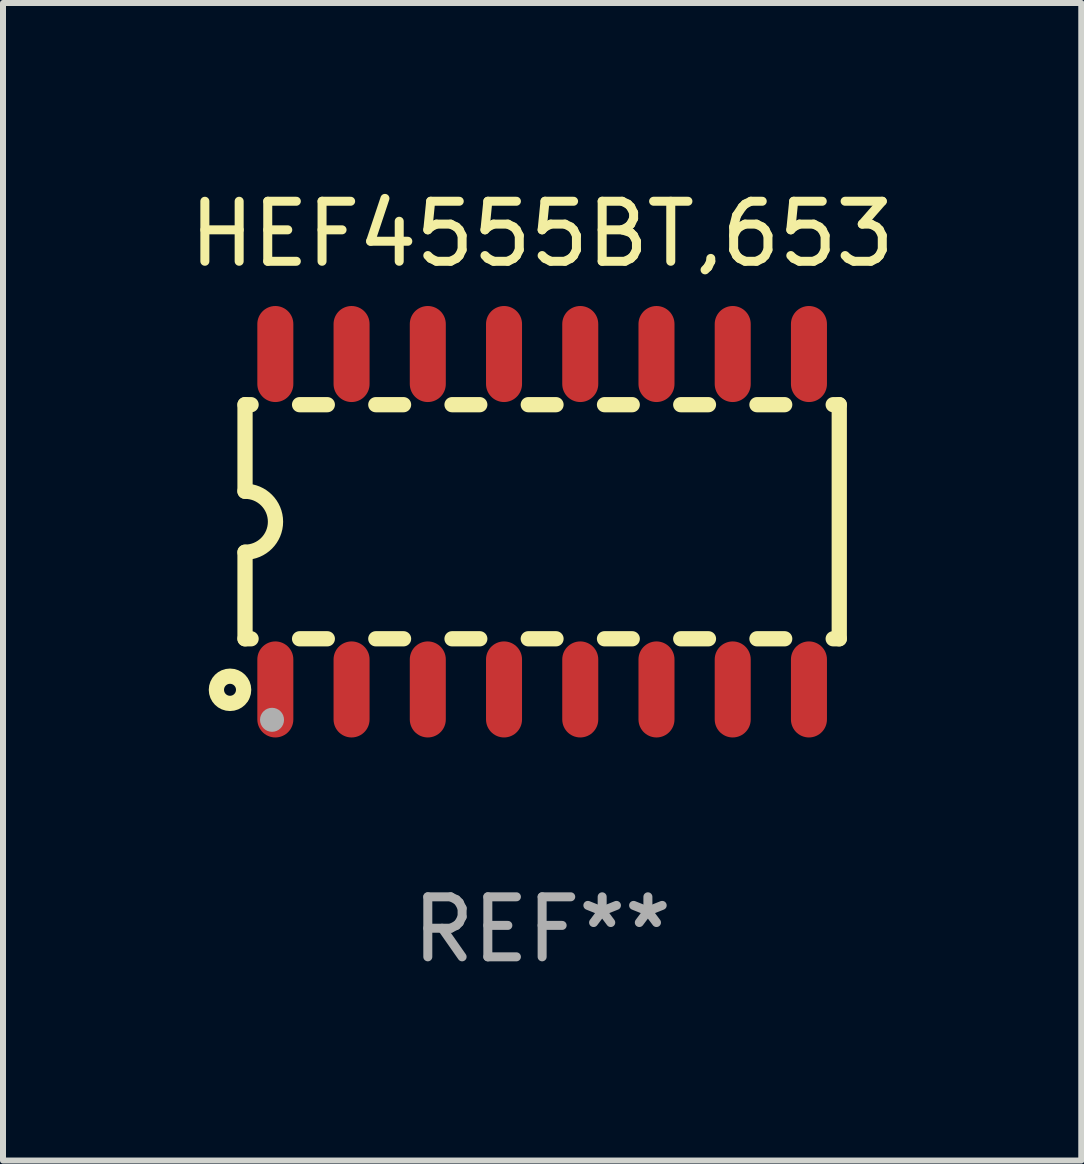
<source format=kicad_pcb>
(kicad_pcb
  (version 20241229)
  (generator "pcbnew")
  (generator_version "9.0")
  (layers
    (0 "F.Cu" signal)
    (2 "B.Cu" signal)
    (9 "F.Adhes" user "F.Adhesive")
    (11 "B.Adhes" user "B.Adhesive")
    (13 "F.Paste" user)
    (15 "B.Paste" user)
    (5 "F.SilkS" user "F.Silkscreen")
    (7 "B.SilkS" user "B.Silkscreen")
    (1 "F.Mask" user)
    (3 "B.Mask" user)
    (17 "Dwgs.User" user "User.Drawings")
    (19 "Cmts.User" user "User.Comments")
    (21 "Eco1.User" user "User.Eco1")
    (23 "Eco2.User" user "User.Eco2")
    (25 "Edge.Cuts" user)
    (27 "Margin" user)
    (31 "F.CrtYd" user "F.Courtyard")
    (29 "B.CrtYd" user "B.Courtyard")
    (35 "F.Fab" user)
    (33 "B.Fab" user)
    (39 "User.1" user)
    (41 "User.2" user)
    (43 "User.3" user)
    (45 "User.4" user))
  (footprint "HEF4555BT,653"
    (layer "F.Cu")
    (at 5.982 5.642)
    (property "Reference" "HEF4555BT,653" (at 0 -4.794 0) (layer "F.SilkS") (effects (font (size 1 1) (thickness 0.15))))
    (attr through_hole)
    (fp_line (start -4.95 -1.95) (end -4.95 -0.508) (stroke (width 0.254) (type solid)) (layer "F.SilkS"))
    (fp_line (start -4.95 -1.95) (end -4.849 -1.95) (stroke (width 0.254) (type solid)) (layer "F.SilkS"))
    (fp_line (start -4.95 1.95) (end -4.95 0.508) (stroke (width 0.254) (type solid)) (layer "F.SilkS"))
    (fp_line (start -4.95 1.95) (end -4.849 1.95) (stroke (width 0.254) (type solid)) (layer "F.SilkS"))
    (fp_line (start -4.041 -1.95) (end -3.579 -1.95) (stroke (width 0.254) (type solid)) (layer "F.SilkS"))
    (fp_line (start -4.041 1.95) (end -3.579 1.95) (stroke (width 0.254) (type solid)) (layer "F.SilkS"))
    (fp_line (start -2.771 -1.95) (end -2.309 -1.95) (stroke (width 0.254) (type solid)) (layer "F.SilkS"))
    (fp_line (start -2.771 1.95) (end -2.309 1.95) (stroke (width 0.254) (type solid)) (layer "F.SilkS"))
    (fp_line (start -1.501 -1.95) (end -1.039 -1.95) (stroke (width 0.254) (type solid)) (layer "F.SilkS"))
    (fp_line (start -1.501 1.95) (end -1.039 1.95) (stroke (width 0.254) (type solid)) (layer "F.SilkS"))
    (fp_line (start -0.231 -1.95) (end 0.231 -1.95) (stroke (width 0.254) (type solid)) (layer "F.SilkS"))
    (fp_line (start -0.231 1.95) (end 0.231 1.95) (stroke (width 0.254) (type solid)) (layer "F.SilkS"))
    (fp_line (start 1.039 -1.95) (end 1.501 -1.95) (stroke (width 0.254) (type solid)) (layer "F.SilkS"))
    (fp_line (start 1.039 1.95) (end 1.501 1.95) (stroke (width 0.254) (type solid)) (layer "F.SilkS"))
    (fp_line (start 2.309 -1.95) (end 2.771 -1.95) (stroke (width 0.254) (type solid)) (layer "F.SilkS"))
    (fp_line (start 2.309 1.95) (end 2.771 1.95) (stroke (width 0.254) (type solid)) (layer "F.SilkS"))
    (fp_line (start 3.579 -1.95) (end 4.041 -1.95) (stroke (width 0.254) (type solid)) (layer "F.SilkS"))
    (fp_line (start 3.579 1.95) (end 4.041 1.95) (stroke (width 0.254) (type solid)) (layer "F.SilkS"))
    (fp_line (start 4.849 -1.95) (end 4.95 -1.95) (stroke (width 0.254) (type solid)) (layer "F.SilkS"))
    (fp_line (start 4.849 1.95) (end 4.95 1.95) (stroke (width 0.254) (type solid)) (layer "F.SilkS"))
    (fp_line (start 4.95 -1.95) (end 4.95 1.95) (stroke (width 0.254) (type solid)) (layer "F.SilkS"))
    (fp_arc (start -4.95047 -0.508001) (mid -4.442469 -0.000228) (end -4.950013 0.508001) (stroke (width 0.254001) (type solid)) (layer "F.SilkS"))
    (fp_circle (center -5.2 2.8) (end -5.1 2.8) (stroke (width 0.254) (type solid)) (fill no) (layer "F.SilkS"))
    (fp_circle (center -4.95 2.947) (end -4.92 2.947) (stroke (width 0.06) (type solid)) (fill no) (layer "F.SilkS"))
    (fp_circle (center -4.5 3.3) (end -4.4 3.3) (stroke (width 0.2) (type solid)) (fill no) (layer "F.Fab"))
    (fp_text user "REF**" (at 0 6.794 0) (layer "F.Fab") (effects (font (size 1 1) (thickness 0.15))))
    (pad "1" smd oval (at -4.445 2.794) (size 0.6 1.6) (layers "F.Cu" "F.Mask" "F.Paste"))
    (pad "2" smd oval (at -3.175 2.794) (size 0.6 1.6) (layers "F.Cu" "F.Mask" "F.Paste"))
    (pad "3" smd oval (at -1.905 2.794) (size 0.6 1.6) (layers "F.Cu" "F.Mask" "F.Paste"))
    (pad "4" smd oval (at -0.635 2.794) (size 0.6 1.6) (layers "F.Cu" "F.Mask" "F.Paste"))
    (pad "5" smd oval (at 0.635 2.794) (size 0.6 1.6) (layers "F.Cu" "F.Mask" "F.Paste"))
    (pad "6" smd oval (at 1.905 2.794) (size 0.6 1.6) (layers "F.Cu" "F.Mask" "F.Paste"))
    (pad "7" smd oval (at 3.175 2.794) (size 0.6 1.6) (layers "F.Cu" "F.Mask" "F.Paste"))
    (pad "8" smd oval (at 4.445 2.794) (size 0.6 1.6) (layers "F.Cu" "F.Mask" "F.Paste"))
    (pad "9" smd oval (at 4.445 -2.794) (size 0.6 1.6) (layers "F.Cu" "F.Mask" "F.Paste"))
    (pad "10" smd oval (at 3.175 -2.794) (size 0.6 1.6) (layers "F.Cu" "F.Mask" "F.Paste"))
    (pad "11" smd oval (at 1.905 -2.794) (size 0.6 1.6) (layers "F.Cu" "F.Mask" "F.Paste"))
    (pad "12" smd oval (at 0.635 -2.794) (size 0.6 1.6) (layers "F.Cu" "F.Mask" "F.Paste"))
    (pad "13" smd oval (at -0.635 -2.794) (size 0.6 1.6) (layers "F.Cu" "F.Mask" "F.Paste"))
    (pad "14" smd oval (at -1.905 -2.794) (size 0.6 1.6) (layers "F.Cu" "F.Mask" "F.Paste"))
    (pad "15" smd oval (at -3.175 -2.794) (size 0.6 1.6) (layers "F.Cu" "F.Mask" "F.Paste"))
    (pad "16" smd oval (at -4.445 -2.794) (size 0.6 1.6) (layers "F.Cu" "F.Mask" "F.Paste")))
  (gr_rect
    (start -3 -3)
    (end 14.964 16.285)
    (stroke (width 0.1) (type default))
    (fill no)
    (layer "Edge.Cuts")))
</source>
